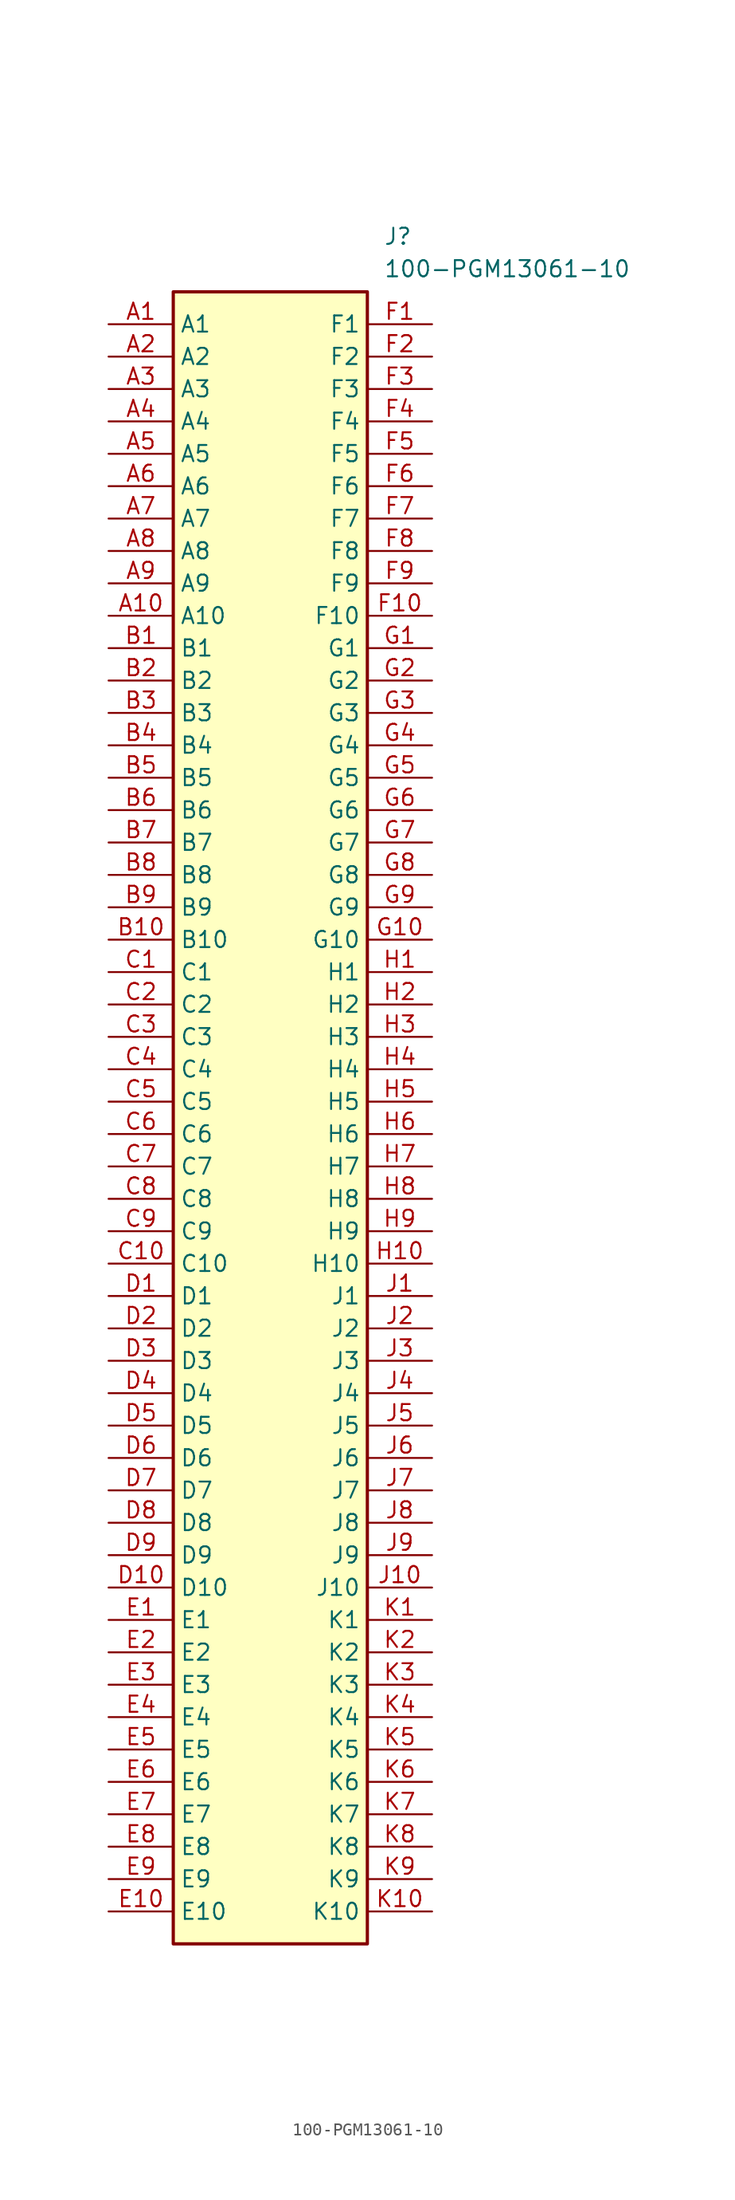
<source format=kicad_sym>
(kicad_symbol_lib
  (version 20211014)
  (generator SamacSys_ECAD_Model)
  (symbol "100-PGM13061-10"
    (property "Reference" "J"
      (at 21.59 7.62 0)
      (effects (font (size 1.27 1.27)) (justify left top)))
    (property "Value" "100-PGM13061-10"
      (at 21.59 5.08 0)
      (effects (font (size 1.27 1.27)) (justify left top)))
    (rectangle
      (start 5.08 2.54)
      (end 20.32 -127)
      (stroke (width 0.254) (type default))
      (fill (type background)))
    (pin passive line
      (at 0 0 0)
      (length 5.08)
      (name "A1" (effects (font (size 1.27 1.27))))
      (number "A1" (effects (font (size 1.27 1.27)))))
    (pin passive line
      (at 0 -2.54 0)
      (length 5.08)
      (name "A2" (effects (font (size 1.27 1.27))))
      (number "A2" (effects (font (size 1.27 1.27)))))
    (pin passive line
      (at 0 -5.08 0)
      (length 5.08)
      (name "A3" (effects (font (size 1.27 1.27))))
      (number "A3" (effects (font (size 1.27 1.27)))))
    (pin passive line
      (at 0 -7.62 0)
      (length 5.08)
      (name "A4" (effects (font (size 1.27 1.27))))
      (number "A4" (effects (font (size 1.27 1.27)))))
    (pin passive line
      (at 0 -10.16 0)
      (length 5.08)
      (name "A5" (effects (font (size 1.27 1.27))))
      (number "A5" (effects (font (size 1.27 1.27)))))
    (pin passive line
      (at 0 -12.7 0)
      (length 5.08)
      (name "A6" (effects (font (size 1.27 1.27))))
      (number "A6" (effects (font (size 1.27 1.27)))))
    (pin passive line
      (at 0 -15.24 0)
      (length 5.08)
      (name "A7" (effects (font (size 1.27 1.27))))
      (number "A7" (effects (font (size 1.27 1.27)))))
    (pin passive line
      (at 0 -17.78 0)
      (length 5.08)
      (name "A8" (effects (font (size 1.27 1.27))))
      (number "A8" (effects (font (size 1.27 1.27)))))
    (pin passive line
      (at 0 -20.32 0)
      (length 5.08)
      (name "A9" (effects (font (size 1.27 1.27))))
      (number "A9" (effects (font (size 1.27 1.27)))))
    (pin passive line
      (at 0 -22.86 0)
      (length 5.08)
      (name "A10" (effects (font (size 1.27 1.27))))
      (number "A10" (effects (font (size 1.27 1.27)))))
    (pin passive line
      (at 0 -25.4 0)
      (length 5.08)
      (name "B1" (effects (font (size 1.27 1.27))))
      (number "B1" (effects (font (size 1.27 1.27)))))
    (pin passive line
      (at 0 -27.94 0)
      (length 5.08)
      (name "B2" (effects (font (size 1.27 1.27))))
      (number "B2" (effects (font (size 1.27 1.27)))))
    (pin passive line
      (at 0 -30.48 0)
      (length 5.08)
      (name "B3" (effects (font (size 1.27 1.27))))
      (number "B3" (effects (font (size 1.27 1.27)))))
    (pin passive line
      (at 0 -33.02 0)
      (length 5.08)
      (name "B4" (effects (font (size 1.27 1.27))))
      (number "B4" (effects (font (size 1.27 1.27)))))
    (pin passive line
      (at 0 -35.56 0)
      (length 5.08)
      (name "B5" (effects (font (size 1.27 1.27))))
      (number "B5" (effects (font (size 1.27 1.27)))))
    (pin passive line
      (at 0 -38.1 0)
      (length 5.08)
      (name "B6" (effects (font (size 1.27 1.27))))
      (number "B6" (effects (font (size 1.27 1.27)))))
    (pin passive line
      (at 0 -40.64 0)
      (length 5.08)
      (name "B7" (effects (font (size 1.27 1.27))))
      (number "B7" (effects (font (size 1.27 1.27)))))
    (pin passive line
      (at 0 -43.18 0)
      (length 5.08)
      (name "B8" (effects (font (size 1.27 1.27))))
      (number "B8" (effects (font (size 1.27 1.27)))))
    (pin passive line
      (at 0 -45.72 0)
      (length 5.08)
      (name "B9" (effects (font (size 1.27 1.27))))
      (number "B9" (effects (font (size 1.27 1.27)))))
    (pin passive line
      (at 0 -48.26 0)
      (length 5.08)
      (name "B10" (effects (font (size 1.27 1.27))))
      (number "B10" (effects (font (size 1.27 1.27)))))
    (pin passive line
      (at 0 -50.8 0)
      (length 5.08)
      (name "C1" (effects (font (size 1.27 1.27))))
      (number "C1" (effects (font (size 1.27 1.27)))))
    (pin passive line
      (at 0 -53.34 0)
      (length 5.08)
      (name "C2" (effects (font (size 1.27 1.27))))
      (number "C2" (effects (font (size 1.27 1.27)))))
    (pin passive line
      (at 0 -55.88 0)
      (length 5.08)
      (name "C3" (effects (font (size 1.27 1.27))))
      (number "C3" (effects (font (size 1.27 1.27)))))
    (pin passive line
      (at 0 -58.42 0)
      (length 5.08)
      (name "C4" (effects (font (size 1.27 1.27))))
      (number "C4" (effects (font (size 1.27 1.27)))))
    (pin passive line
      (at 0 -60.96 0)
      (length 5.08)
      (name "C5" (effects (font (size 1.27 1.27))))
      (number "C5" (effects (font (size 1.27 1.27)))))
    (pin passive line
      (at 0 -63.5 0)
      (length 5.08)
      (name "C6" (effects (font (size 1.27 1.27))))
      (number "C6" (effects (font (size 1.27 1.27)))))
    (pin passive line
      (at 0 -66.04 0)
      (length 5.08)
      (name "C7" (effects (font (size 1.27 1.27))))
      (number "C7" (effects (font (size 1.27 1.27)))))
    (pin passive line
      (at 0 -68.58 0)
      (length 5.08)
      (name "C8" (effects (font (size 1.27 1.27))))
      (number "C8" (effects (font (size 1.27 1.27)))))
    (pin passive line
      (at 0 -71.12 0)
      (length 5.08)
      (name "C9" (effects (font (size 1.27 1.27))))
      (number "C9" (effects (font (size 1.27 1.27)))))
    (pin passive line
      (at 0 -73.66 0)
      (length 5.08)
      (name "C10" (effects (font (size 1.27 1.27))))
      (number "C10" (effects (font (size 1.27 1.27)))))
    (pin passive line
      (at 0 -76.2 0)
      (length 5.08)
      (name "D1" (effects (font (size 1.27 1.27))))
      (number "D1" (effects (font (size 1.27 1.27)))))
    (pin passive line
      (at 0 -78.74 0)
      (length 5.08)
      (name "D2" (effects (font (size 1.27 1.27))))
      (number "D2" (effects (font (size 1.27 1.27)))))
    (pin passive line
      (at 0 -81.28 0)
      (length 5.08)
      (name "D3" (effects (font (size 1.27 1.27))))
      (number "D3" (effects (font (size 1.27 1.27)))))
    (pin passive line
      (at 0 -83.82 0)
      (length 5.08)
      (name "D4" (effects (font (size 1.27 1.27))))
      (number "D4" (effects (font (size 1.27 1.27)))))
    (pin passive line
      (at 0 -86.36 0)
      (length 5.08)
      (name "D5" (effects (font (size 1.27 1.27))))
      (number "D5" (effects (font (size 1.27 1.27)))))
    (pin passive line
      (at 0 -88.9 0)
      (length 5.08)
      (name "D6" (effects (font (size 1.27 1.27))))
      (number "D6" (effects (font (size 1.27 1.27)))))
    (pin passive line
      (at 0 -91.44 0)
      (length 5.08)
      (name "D7" (effects (font (size 1.27 1.27))))
      (number "D7" (effects (font (size 1.27 1.27)))))
    (pin passive line
      (at 0 -93.98 0)
      (length 5.08)
      (name "D8" (effects (font (size 1.27 1.27))))
      (number "D8" (effects (font (size 1.27 1.27)))))
    (pin passive line
      (at 0 -96.52 0)
      (length 5.08)
      (name "D9" (effects (font (size 1.27 1.27))))
      (number "D9" (effects (font (size 1.27 1.27)))))
    (pin passive line
      (at 0 -99.06 0)
      (length 5.08)
      (name "D10" (effects (font (size 1.27 1.27))))
      (number "D10" (effects (font (size 1.27 1.27)))))
    (pin passive line
      (at 0 -101.6 0)
      (length 5.08)
      (name "E1" (effects (font (size 1.27 1.27))))
      (number "E1" (effects (font (size 1.27 1.27)))))
    (pin passive line
      (at 0 -104.14 0)
      (length 5.08)
      (name "E2" (effects (font (size 1.27 1.27))))
      (number "E2" (effects (font (size 1.27 1.27)))))
    (pin passive line
      (at 0 -106.68 0)
      (length 5.08)
      (name "E3" (effects (font (size 1.27 1.27))))
      (number "E3" (effects (font (size 1.27 1.27)))))
    (pin passive line
      (at 0 -109.22 0)
      (length 5.08)
      (name "E4" (effects (font (size 1.27 1.27))))
      (number "E4" (effects (font (size 1.27 1.27)))))
    (pin passive line
      (at 0 -111.76 0)
      (length 5.08)
      (name "E5" (effects (font (size 1.27 1.27))))
      (number "E5" (effects (font (size 1.27 1.27)))))
    (pin passive line
      (at 0 -114.3 0)
      (length 5.08)
      (name "E6" (effects (font (size 1.27 1.27))))
      (number "E6" (effects (font (size 1.27 1.27)))))
    (pin passive line
      (at 0 -116.84 0)
      (length 5.08)
      (name "E7" (effects (font (size 1.27 1.27))))
      (number "E7" (effects (font (size 1.27 1.27)))))
    (pin passive line
      (at 0 -119.38 0)
      (length 5.08)
      (name "E8" (effects (font (size 1.27 1.27))))
      (number "E8" (effects (font (size 1.27 1.27)))))
    (pin passive line
      (at 0 -121.92 0)
      (length 5.08)
      (name "E9" (effects (font (size 1.27 1.27))))
      (number "E9" (effects (font (size 1.27 1.27)))))
    (pin passive line
      (at 0 -124.46 0)
      (length 5.08)
      (name "E10" (effects (font (size 1.27 1.27))))
      (number "E10" (effects (font (size 1.27 1.27)))))
    (pin passive line
      (at 25.4 0 180)
      (length 5.08)
      (name "F1" (effects (font (size 1.27 1.27))))
      (number "F1" (effects (font (size 1.27 1.27)))))
    (pin passive line
      (at 25.4 -2.54 180)
      (length 5.08)
      (name "F2" (effects (font (size 1.27 1.27))))
      (number "F2" (effects (font (size 1.27 1.27)))))
    (pin passive line
      (at 25.4 -5.08 180)
      (length 5.08)
      (name "F3" (effects (font (size 1.27 1.27))))
      (number "F3" (effects (font (size 1.27 1.27)))))
    (pin passive line
      (at 25.4 -7.62 180)
      (length 5.08)
      (name "F4" (effects (font (size 1.27 1.27))))
      (number "F4" (effects (font (size 1.27 1.27)))))
    (pin passive line
      (at 25.4 -10.16 180)
      (length 5.08)
      (name "F5" (effects (font (size 1.27 1.27))))
      (number "F5" (effects (font (size 1.27 1.27)))))
    (pin passive line
      (at 25.4 -12.7 180)
      (length 5.08)
      (name "F6" (effects (font (size 1.27 1.27))))
      (number "F6" (effects (font (size 1.27 1.27)))))
    (pin passive line
      (at 25.4 -15.24 180)
      (length 5.08)
      (name "F7" (effects (font (size 1.27 1.27))))
      (number "F7" (effects (font (size 1.27 1.27)))))
    (pin passive line
      (at 25.4 -17.78 180)
      (length 5.08)
      (name "F8" (effects (font (size 1.27 1.27))))
      (number "F8" (effects (font (size 1.27 1.27)))))
    (pin passive line
      (at 25.4 -20.32 180)
      (length 5.08)
      (name "F9" (effects (font (size 1.27 1.27))))
      (number "F9" (effects (font (size 1.27 1.27)))))
    (pin passive line
      (at 25.4 -22.86 180)
      (length 5.08)
      (name "F10" (effects (font (size 1.27 1.27))))
      (number "F10" (effects (font (size 1.27 1.27)))))
    (pin passive line
      (at 25.4 -25.4 180)
      (length 5.08)
      (name "G1" (effects (font (size 1.27 1.27))))
      (number "G1" (effects (font (size 1.27 1.27)))))
    (pin passive line
      (at 25.4 -27.94 180)
      (length 5.08)
      (name "G2" (effects (font (size 1.27 1.27))))
      (number "G2" (effects (font (size 1.27 1.27)))))
    (pin passive line
      (at 25.4 -30.48 180)
      (length 5.08)
      (name "G3" (effects (font (size 1.27 1.27))))
      (number "G3" (effects (font (size 1.27 1.27)))))
    (pin passive line
      (at 25.4 -33.02 180)
      (length 5.08)
      (name "G4" (effects (font (size 1.27 1.27))))
      (number "G4" (effects (font (size 1.27 1.27)))))
    (pin passive line
      (at 25.4 -35.56 180)
      (length 5.08)
      (name "G5" (effects (font (size 1.27 1.27))))
      (number "G5" (effects (font (size 1.27 1.27)))))
    (pin passive line
      (at 25.4 -38.1 180)
      (length 5.08)
      (name "G6" (effects (font (size 1.27 1.27))))
      (number "G6" (effects (font (size 1.27 1.27)))))
    (pin passive line
      (at 25.4 -40.64 180)
      (length 5.08)
      (name "G7" (effects (font (size 1.27 1.27))))
      (number "G7" (effects (font (size 1.27 1.27)))))
    (pin passive line
      (at 25.4 -43.18 180)
      (length 5.08)
      (name "G8" (effects (font (size 1.27 1.27))))
      (number "G8" (effects (font (size 1.27 1.27)))))
    (pin passive line
      (at 25.4 -45.72 180)
      (length 5.08)
      (name "G9" (effects (font (size 1.27 1.27))))
      (number "G9" (effects (font (size 1.27 1.27)))))
    (pin passive line
      (at 25.4 -48.26 180)
      (length 5.08)
      (name "G10" (effects (font (size 1.27 1.27))))
      (number "G10" (effects (font (size 1.27 1.27)))))
    (pin passive line
      (at 25.4 -50.8 180)
      (length 5.08)
      (name "H1" (effects (font (size 1.27 1.27))))
      (number "H1" (effects (font (size 1.27 1.27)))))
    (pin passive line
      (at 25.4 -53.34 180)
      (length 5.08)
      (name "H2" (effects (font (size 1.27 1.27))))
      (number "H2" (effects (font (size 1.27 1.27)))))
    (pin passive line
      (at 25.4 -55.88 180)
      (length 5.08)
      (name "H3" (effects (font (size 1.27 1.27))))
      (number "H3" (effects (font (size 1.27 1.27)))))
    (pin passive line
      (at 25.4 -58.42 180)
      (length 5.08)
      (name "H4" (effects (font (size 1.27 1.27))))
      (number "H4" (effects (font (size 1.27 1.27)))))
    (pin passive line
      (at 25.4 -60.96 180)
      (length 5.08)
      (name "H5" (effects (font (size 1.27 1.27))))
      (number "H5" (effects (font (size 1.27 1.27)))))
    (pin passive line
      (at 25.4 -63.5 180)
      (length 5.08)
      (name "H6" (effects (font (size 1.27 1.27))))
      (number "H6" (effects (font (size 1.27 1.27)))))
    (pin passive line
      (at 25.4 -66.04 180)
      (length 5.08)
      (name "H7" (effects (font (size 1.27 1.27))))
      (number "H7" (effects (font (size 1.27 1.27)))))
    (pin passive line
      (at 25.4 -68.58 180)
      (length 5.08)
      (name "H8" (effects (font (size 1.27 1.27))))
      (number "H8" (effects (font (size 1.27 1.27)))))
    (pin passive line
      (at 25.4 -71.12 180)
      (length 5.08)
      (name "H9" (effects (font (size 1.27 1.27))))
      (number "H9" (effects (font (size 1.27 1.27)))))
    (pin passive line
      (at 25.4 -73.66 180)
      (length 5.08)
      (name "H10" (effects (font (size 1.27 1.27))))
      (number "H10" (effects (font (size 1.27 1.27)))))
    (pin passive line
      (at 25.4 -76.2 180)
      (length 5.08)
      (name "J1" (effects (font (size 1.27 1.27))))
      (number "J1" (effects (font (size 1.27 1.27)))))
    (pin passive line
      (at 25.4 -78.74 180)
      (length 5.08)
      (name "J2" (effects (font (size 1.27 1.27))))
      (number "J2" (effects (font (size 1.27 1.27)))))
    (pin passive line
      (at 25.4 -81.28 180)
      (length 5.08)
      (name "J3" (effects (font (size 1.27 1.27))))
      (number "J3" (effects (font (size 1.27 1.27)))))
    (pin passive line
      (at 25.4 -83.82 180)
      (length 5.08)
      (name "J4" (effects (font (size 1.27 1.27))))
      (number "J4" (effects (font (size 1.27 1.27)))))
    (pin passive line
      (at 25.4 -86.36 180)
      (length 5.08)
      (name "J5" (effects (font (size 1.27 1.27))))
      (number "J5" (effects (font (size 1.27 1.27)))))
    (pin passive line
      (at 25.4 -88.9 180)
      (length 5.08)
      (name "J6" (effects (font (size 1.27 1.27))))
      (number "J6" (effects (font (size 1.27 1.27)))))
    (pin passive line
      (at 25.4 -91.44 180)
      (length 5.08)
      (name "J7" (effects (font (size 1.27 1.27))))
      (number "J7" (effects (font (size 1.27 1.27)))))
    (pin passive line
      (at 25.4 -93.98 180)
      (length 5.08)
      (name "J8" (effects (font (size 1.27 1.27))))
      (number "J8" (effects (font (size 1.27 1.27)))))
    (pin passive line
      (at 25.4 -96.52 180)
      (length 5.08)
      (name "J9" (effects (font (size 1.27 1.27))))
      (number "J9" (effects (font (size 1.27 1.27)))))
    (pin passive line
      (at 25.4 -99.06 180)
      (length 5.08)
      (name "J10" (effects (font (size 1.27 1.27))))
      (number "J10" (effects (font (size 1.27 1.27)))))
    (pin passive line
      (at 25.4 -101.6 180)
      (length 5.08)
      (name "K1" (effects (font (size 1.27 1.27))))
      (number "K1" (effects (font (size 1.27 1.27)))))
    (pin passive line
      (at 25.4 -104.14 180)
      (length 5.08)
      (name "K2" (effects (font (size 1.27 1.27))))
      (number "K2" (effects (font (size 1.27 1.27)))))
    (pin passive line
      (at 25.4 -106.68 180)
      (length 5.08)
      (name "K3" (effects (font (size 1.27 1.27))))
      (number "K3" (effects (font (size 1.27 1.27)))))
    (pin passive line
      (at 25.4 -109.22 180)
      (length 5.08)
      (name "K4" (effects (font (size 1.27 1.27))))
      (number "K4" (effects (font (size 1.27 1.27)))))
    (pin passive line
      (at 25.4 -111.76 180)
      (length 5.08)
      (name "K5" (effects (font (size 1.27 1.27))))
      (number "K5" (effects (font (size 1.27 1.27)))))
    (pin passive line
      (at 25.4 -114.3 180)
      (length 5.08)
      (name "K6" (effects (font (size 1.27 1.27))))
      (number "K6" (effects (font (size 1.27 1.27)))))
    (pin passive line
      (at 25.4 -116.84 180)
      (length 5.08)
      (name "K7" (effects (font (size 1.27 1.27))))
      (number "K7" (effects (font (size 1.27 1.27)))))
    (pin passive line
      (at 25.4 -119.38 180)
      (length 5.08)
      (name "K8" (effects (font (size 1.27 1.27))))
      (number "K8" (effects (font (size 1.27 1.27)))))
    (pin passive line
      (at 25.4 -121.92 180)
      (length 5.08)
      (name "K9" (effects (font (size 1.27 1.27))))
      (number "K9" (effects (font (size 1.27 1.27)))))
    (pin passive line
      (at 25.4 -124.46 180)
      (length 5.08)
      (name "K10" (effects (font (size 1.27 1.27))))
      (number "K10" (effects (font (size 1.27 1.27)))))))
</source>
